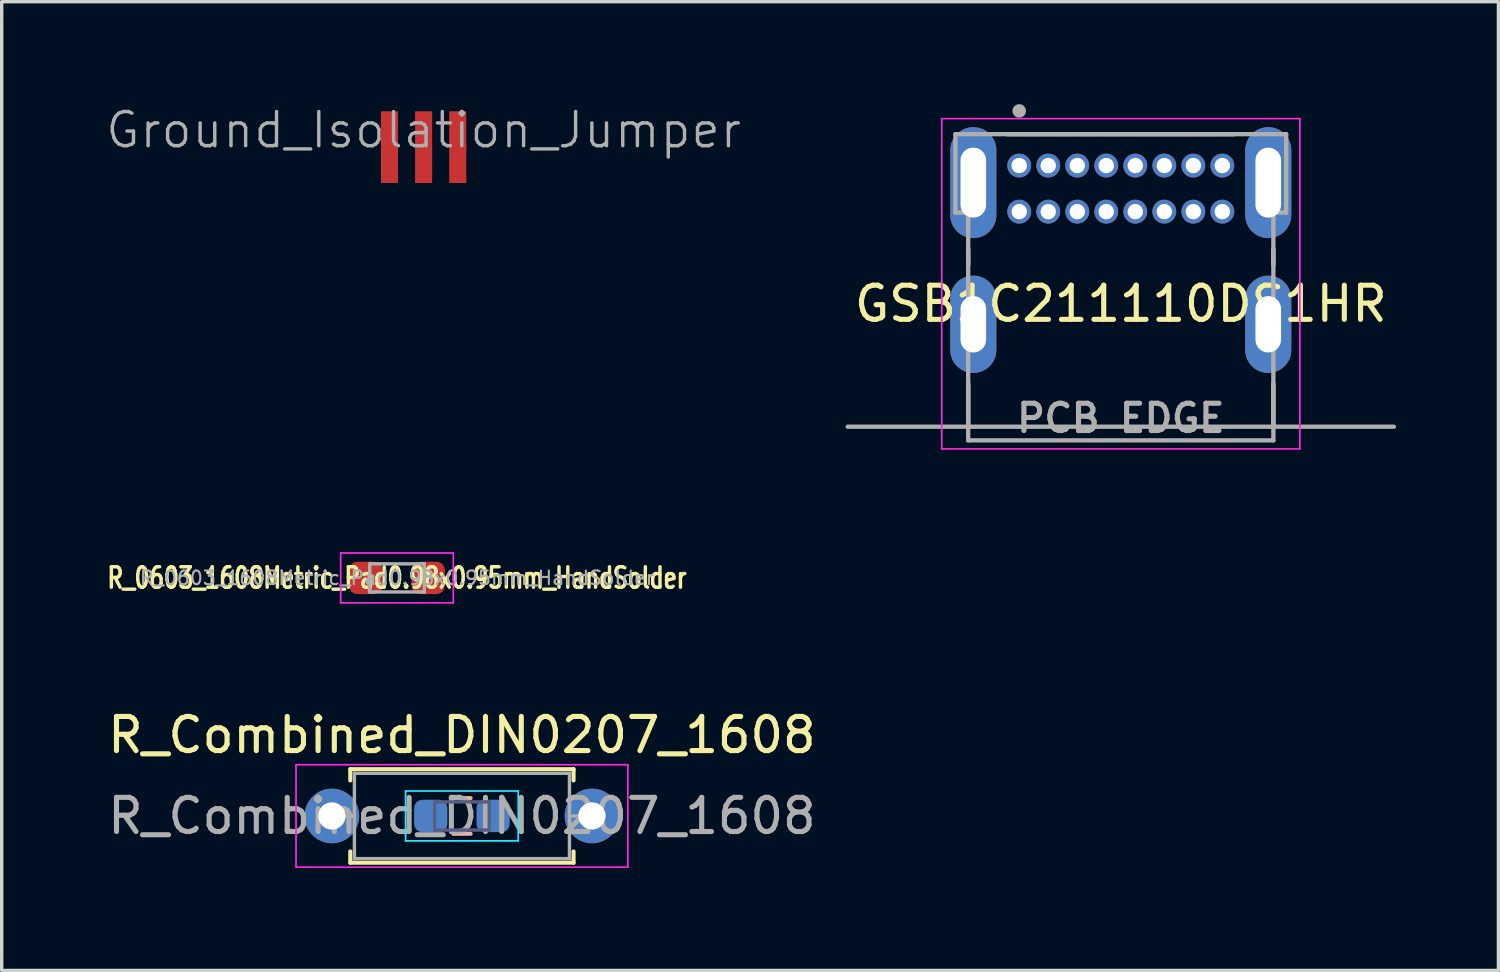
<source format=kicad_pcb>
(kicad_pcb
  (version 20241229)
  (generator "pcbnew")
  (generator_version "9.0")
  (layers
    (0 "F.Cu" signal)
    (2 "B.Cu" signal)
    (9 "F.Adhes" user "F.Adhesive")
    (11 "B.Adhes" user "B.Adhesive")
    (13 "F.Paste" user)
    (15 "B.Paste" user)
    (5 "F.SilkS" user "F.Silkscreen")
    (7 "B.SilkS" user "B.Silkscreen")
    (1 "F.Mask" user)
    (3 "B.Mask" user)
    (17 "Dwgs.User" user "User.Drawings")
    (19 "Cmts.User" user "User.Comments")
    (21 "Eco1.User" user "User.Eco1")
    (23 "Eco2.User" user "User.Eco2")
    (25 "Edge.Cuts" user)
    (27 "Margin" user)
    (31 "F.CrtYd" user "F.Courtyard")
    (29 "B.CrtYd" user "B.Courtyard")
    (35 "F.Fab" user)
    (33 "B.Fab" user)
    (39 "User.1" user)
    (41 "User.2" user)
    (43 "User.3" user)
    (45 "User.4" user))
  (footprint "Ground_Isolation_Jumper"
    (layer "F.Cu")
    (at 9.36 1.26)
    (property "Reference" "Ground_Isolation_Jumper" (at 0 -0.5 0) (unlocked yes) (layer "F.Fab") (effects (font (size 1 1) (thickness 0.1))))
    (attr smd)
    (pad "1" smd rect (at -1 -0.5) (size 0.5 1.1) (layers "F.Cu"))
    (pad "1" smd rect (at 0 -0.5) (size 0.5 1.1) (layers "F.Cu"))
    (pad "1" smd rect (at 1 -0.5) (size 0.5 1.1) (layers "F.Cu"))
    (pad "2" smd rect (at -1 0.5) (size 0.5 1.1) (layers "F.Cu"))
    (pad "2" smd rect (at 0 0.5) (size 0.5 1.1) (layers "F.Cu"))
    (pad "2" smd rect (at 1 0.5) (size 0.5 1.1) (layers "F.Cu")))
  (footprint "R_Combined_DIN0207_1608"
    (layer "F.Cu")
    (at 6.672 20.853)
    (property "Reference" "R_Combined_DIN0207_1608" (at 3.81 -2.37 0) (layer "F.SilkS") (effects (font (size 1 1) (thickness 0.15))))
    (attr through_hole)
    (fp_line (start 0.54 -1.37) (end 7.08 -1.37) (stroke (width 0.12) (type solid)) (layer "F.SilkS"))
    (fp_line (start 0.54 -1.04) (end 0.54 -1.37) (stroke (width 0.12) (type solid)) (layer "F.SilkS"))
    (fp_line (start 0.54 1.04) (end 0.54 1.37) (stroke (width 0.12) (type solid)) (layer "F.SilkS"))
    (fp_line (start 0.54 1.37) (end 7.08 1.37) (stroke (width 0.12) (type solid)) (layer "F.SilkS"))
    (fp_line (start 7.08 -1.37) (end 7.08 -1.04) (stroke (width 0.12) (type solid)) (layer "F.SilkS"))
    (fp_line (start 7.08 1.37) (end 7.08 1.04) (stroke (width 0.12) (type solid)) (layer "F.SilkS"))
    (fp_line (start 3.555 -0.522) (end 4.065 -0.522) (stroke (width 0.12) (type solid)) (layer "B.SilkS"))
    (fp_line (start 3.555 0.522) (end 4.065 0.522) (stroke (width 0.12) (type solid)) (layer "B.SilkS"))
    (fp_line (start 2.16 -0.73) (end 2.16 0.73) (stroke (width 0.05) (type solid)) (layer "B.CrtYd"))
    (fp_line (start 2.16 0.73) (end 5.46 0.73) (stroke (width 0.05) (type solid)) (layer "B.CrtYd"))
    (fp_line (start 5.46 -0.73) (end 2.16 -0.73) (stroke (width 0.05) (type solid)) (layer "B.CrtYd"))
    (fp_line (start 5.46 0.73) (end 5.46 -0.73) (stroke (width 0.05) (type solid)) (layer "B.CrtYd"))
    (fp_line (start -1.05 -1.5) (end -1.05 1.5) (stroke (width 0.05) (type solid)) (layer "F.CrtYd"))
    (fp_line (start -1.05 1.5) (end 8.67 1.5) (stroke (width 0.05) (type solid)) (layer "F.CrtYd"))
    (fp_line (start 8.67 -1.5) (end -1.05 -1.5) (stroke (width 0.05) (type solid)) (layer "F.CrtYd"))
    (fp_line (start 8.67 1.5) (end 8.67 -1.5) (stroke (width 0.05) (type solid)) (layer "F.CrtYd"))
    (fp_line (start 3.01 -0.412) (end 3.01 0.412) (stroke (width 0.1) (type solid)) (layer "B.Fab"))
    (fp_line (start 3.01 0.412) (end 4.61 0.412) (stroke (width 0.1) (type solid)) (layer "B.Fab"))
    (fp_line (start 4.61 -0.412) (end 3.01 -0.412) (stroke (width 0.1) (type solid)) (layer "B.Fab"))
    (fp_line (start 4.61 0.412) (end 4.61 -0.412) (stroke (width 0.1) (type solid)) (layer "B.Fab"))
    (fp_line (start 0 0) (end 0.66 0) (stroke (width 0.1) (type solid)) (layer "F.Fab"))
    (fp_line (start 0.66 -1.25) (end 0.66 1.25) (stroke (width 0.1) (type solid)) (layer "F.Fab"))
    (fp_line (start 0.66 1.25) (end 6.96 1.25) (stroke (width 0.1) (type solid)) (layer "F.Fab"))
    (fp_line (start 6.96 -1.25) (end 0.66 -1.25) (stroke (width 0.1) (type solid)) (layer "F.Fab"))
    (fp_line (start 6.96 1.25) (end 6.96 -1.25) (stroke (width 0.1) (type solid)) (layer "F.Fab"))
    (fp_line (start 7.62 0) (end 6.96 0) (stroke (width 0.1) (type solid)) (layer "F.Fab"))
    (fp_text user "${REFERENCE}" (at 3.81 0 0) (layer "F.Fab") (effects (font (size 1 1) (thickness 0.15))))
    (pad "1" thru_hole circle (at 0 0) (size 1.6 1.6) (drill 0.8) (layers "*.Cu" "*.Mask"))
    (pad "1" smd roundrect (at 2.897 0) (size 0.975 0.95) (layers "B.Cu" "B.Mask" "B.Paste") (roundrect_rratio 0.25))
    (pad "2" smd roundrect (at 4.723 0) (size 0.975 0.95) (layers "B.Cu" "B.Mask" "B.Paste") (roundrect_rratio 0.25))
    (pad "2" thru_hole oval (at 7.62 0) (size 1.6 1.6) (drill 0.8) (layers "*.Cu" "*.Mask")))
  (footprint "GSB1C211110DS1HR"
    (layer "F.Cu")
    (at 29.783 5.85)
    (property "Reference" "GSB1C211110DS1HR" (at 0 0 0) (layer "F.SilkS") (effects (font (size 1 1) (thickness 0.15))))
    (attr through_hole)
    (fp_circle (center -2.975 -4.05) (end -2.775 -4.05) (stroke (width 0.4) (type solid)) (fill no) (layer "F.Mask"))
    (fp_circle (center -2.975 -2.7) (end -2.775 -2.7) (stroke (width 0.4) (type solid)) (fill no) (layer "F.Mask"))
    (fp_circle (center -2.125 -4.05) (end -1.925 -4.05) (stroke (width 0.4) (type solid)) (fill no) (layer "F.Mask"))
    (fp_circle (center -2.125 -2.7) (end -1.925 -2.7) (stroke (width 0.4) (type solid)) (fill no) (layer "F.Mask"))
    (fp_circle (center -1.275 -4.05) (end -1.075 -4.05) (stroke (width 0.4) (type solid)) (fill no) (layer "F.Mask"))
    (fp_circle (center -1.275 -2.7) (end -1.075 -2.7) (stroke (width 0.4) (type solid)) (fill no) (layer "F.Mask"))
    (fp_circle (center -0.425 -4.05) (end -0.225 -4.05) (stroke (width 0.4) (type solid)) (fill no) (layer "F.Mask"))
    (fp_circle (center -0.425 -2.7) (end -0.225 -2.7) (stroke (width 0.4) (type solid)) (fill no) (layer "F.Mask"))
    (fp_circle (center 0.425 -4.05) (end 0.625 -4.05) (stroke (width 0.4) (type solid)) (fill no) (layer "F.Mask"))
    (fp_circle (center 0.425 -2.7) (end 0.625 -2.7) (stroke (width 0.4) (type solid)) (fill no) (layer "F.Mask"))
    (fp_circle (center 1.275 -4.05) (end 1.475 -4.05) (stroke (width 0.4) (type solid)) (fill no) (layer "F.Mask"))
    (fp_circle (center 1.275 -2.7) (end 1.475 -2.7) (stroke (width 0.4) (type solid)) (fill no) (layer "F.Mask"))
    (fp_circle (center 2.125 -4.05) (end 2.325 -4.05) (stroke (width 0.4) (type solid)) (fill no) (layer "F.Mask"))
    (fp_circle (center 2.125 -2.7) (end 2.325 -2.7) (stroke (width 0.4) (type solid)) (fill no) (layer "F.Mask"))
    (fp_circle (center 2.975 -4.05) (end 3.175 -4.05) (stroke (width 0.4) (type solid)) (fill no) (layer "F.Mask"))
    (fp_circle (center 2.975 -2.7) (end 3.175 -2.7) (stroke (width 0.4) (type solid)) (fill no) (layer "F.Mask"))
    (fp_circle (center -2.975 -4.05) (end -2.775 -4.05) (stroke (width 0.4) (type solid)) (fill no) (layer "B.Mask"))
    (fp_circle (center -2.975 -2.7) (end -2.775 -2.7) (stroke (width 0.4) (type solid)) (fill no) (layer "B.Mask"))
    (fp_circle (center -2.125 -4.05) (end -1.925 -4.05) (stroke (width 0.4) (type solid)) (fill no) (layer "B.Mask"))
    (fp_circle (center -2.125 -2.7) (end -1.925 -2.7) (stroke (width 0.4) (type solid)) (fill no) (layer "B.Mask"))
    (fp_circle (center -1.275 -4.05) (end -1.075 -4.05) (stroke (width 0.4) (type solid)) (fill no) (layer "B.Mask"))
    (fp_circle (center -1.275 -2.7) (end -1.075 -2.7) (stroke (width 0.4) (type solid)) (fill no) (layer "B.Mask"))
    (fp_circle (center -0.425 -4.05) (end -0.225 -4.05) (stroke (width 0.4) (type solid)) (fill no) (layer "B.Mask"))
    (fp_circle (center -0.425 -2.7) (end -0.225 -2.7) (stroke (width 0.4) (type solid)) (fill no) (layer "B.Mask"))
    (fp_circle (center 0.425 -4.05) (end 0.625 -4.05) (stroke (width 0.4) (type solid)) (fill no) (layer "B.Mask"))
    (fp_circle (center 0.425 -2.7) (end 0.625 -2.7) (stroke (width 0.4) (type solid)) (fill no) (layer "B.Mask"))
    (fp_circle (center 1.275 -4.05) (end 1.475 -4.05) (stroke (width 0.4) (type solid)) (fill no) (layer "B.Mask"))
    (fp_circle (center 1.275 -2.7) (end 1.475 -2.7) (stroke (width 0.4) (type solid)) (fill no) (layer "B.Mask"))
    (fp_circle (center 2.125 -4.05) (end 2.325 -4.05) (stroke (width 0.4) (type solid)) (fill no) (layer "B.Mask"))
    (fp_circle (center 2.125 -2.7) (end 2.325 -2.7) (stroke (width 0.4) (type solid)) (fill no) (layer "B.Mask"))
    (fp_circle (center 2.975 -4.05) (end 3.175 -4.05) (stroke (width 0.4) (type solid)) (fill no) (layer "B.Mask"))
    (fp_circle (center 2.975 -2.7) (end 3.175 -2.7) (stroke (width 0.4) (type solid)) (fill no) (layer "B.Mask"))
    (fp_line (start -4.47 -1.145) (end -4.47 -1.605) (stroke (width 0.127) (type solid)) (layer "F.SilkS"))
    (fp_line (start -4.47 3.6) (end -4.47 2.345) (stroke (width 0.127) (type solid)) (layer "F.SilkS"))
    (fp_line (start -3.325 -4.97) (end 3.325 -4.97) (stroke (width 0.127) (type solid)) (layer "F.SilkS"))
    (fp_line (start 4.47 -1.145) (end 4.47 -1.605) (stroke (width 0.127) (type solid)) (layer "F.SilkS"))
    (fp_line (start 4.47 3.6) (end 4.47 2.345) (stroke (width 0.127) (type solid)) (layer "F.SilkS"))
    (fp_line (start -5.245 -5.425) (end 5.245 -5.425) (stroke (width 0.05) (type solid)) (layer "F.CrtYd"))
    (fp_line (start -5.245 4.25) (end -5.245 -5.425) (stroke (width 0.05) (type solid)) (layer "F.CrtYd"))
    (fp_line (start 5.245 -5.425) (end 5.245 4.25) (stroke (width 0.05) (type solid)) (layer "F.CrtYd"))
    (fp_line (start 5.245 4.25) (end -5.245 4.25) (stroke (width 0.05) (type solid)) (layer "F.CrtYd"))
    (fp_line (start -8 3.6) (end 8 3.6) (stroke (width 0.127) (type solid)) (layer "F.Fab"))
    (fp_line (start -4.845 -4.97) (end -4.845 -2.673) (stroke (width 0.127) (type solid)) (layer "F.Fab"))
    (fp_line (start -4.845 -4.97) (end 4.845 -4.97) (stroke (width 0.127) (type solid)) (layer "F.Fab"))
    (fp_line (start -4.845 -2.673) (end -4.47 -2.673) (stroke (width 0.127) (type solid)) (layer "F.Fab"))
    (fp_line (start -4.47 3.6) (end -4.47 -2.673) (stroke (width 0.127) (type solid)) (layer "F.Fab"))
    (fp_line (start -4.47 4) (end -4.47 3.6) (stroke (width 0.127) (type solid)) (layer "F.Fab"))
    (fp_line (start -4.47 4) (end 4.47 4) (stroke (width 0.127) (type solid)) (layer "F.Fab"))
    (fp_line (start 4.47 4) (end 4.47 -2.673) (stroke (width 0.127) (type solid)) (layer "F.Fab"))
    (fp_line (start 4.845 -4.97) (end 4.845 -2.673) (stroke (width 0.127) (type solid)) (layer "F.Fab"))
    (fp_line (start 4.845 -2.673) (end 4.47 -2.673) (stroke (width 0.127) (type solid)) (layer "F.Fab"))
    (fp_circle (center -2.975 -5.65) (end -2.875 -5.65) (stroke (width 0.2) (type solid)) (fill no) (layer "F.Fab"))
    (fp_text user "PCB EDGE" (at 0 3.35 0) (layer "F.Fab") (effects (font (size 0.8 0.8) (thickness 0.15))))
    (pad "A1" thru_hole circle (at -2.975 -4.05) (size 0.7 0.7) (drill 0.45) (layers "*.Cu"))
    (pad "A4" thru_hole circle (at -2.125 -4.05) (size 0.7 0.7) (drill 0.45) (layers "*.Cu"))
    (pad "A5" thru_hole circle (at -1.275 -4.05) (size 0.7 0.7) (drill 0.45) (layers "*.Cu"))
    (pad "A6" thru_hole circle (at -0.425 -4.05) (size 0.7 0.7) (drill 0.45) (layers "*.Cu"))
    (pad "A7" thru_hole circle (at 0.425 -4.05) (size 0.7 0.7) (drill 0.45) (layers "*.Cu"))
    (pad "A8" thru_hole circle (at 1.275 -4.05) (size 0.7 0.7) (drill 0.45) (layers "*.Cu"))
    (pad "A9" thru_hole circle (at 2.125 -4.05) (size 0.7 0.7) (drill 0.45) (layers "*.Cu"))
    (pad "A12" thru_hole circle (at 2.975 -4.05) (size 0.7 0.7) (drill 0.45) (layers "*.Cu"))
    (pad "B1" thru_hole circle (at 2.975 -2.7) (size 0.7 0.7) (drill 0.45) (layers "*.Cu"))
    (pad "B4" thru_hole circle (at 2.125 -2.7) (size 0.7 0.7) (drill 0.45) (layers "*.Cu"))
    (pad "B5" thru_hole circle (at 1.275 -2.7) (size 0.7 0.7) (drill 0.45) (layers "*.Cu"))
    (pad "B6" thru_hole circle (at 0.425 -2.7) (size 0.7 0.7) (drill 0.45) (layers "*.Cu"))
    (pad "B7" thru_hole circle (at -0.425 -2.7) (size 0.7 0.7) (drill 0.45) (layers "*.Cu"))
    (pad "B8" thru_hole circle (at -1.275 -2.7) (size 0.7 0.7) (drill 0.45) (layers "*.Cu"))
    (pad "B9" thru_hole circle (at -2.125 -2.7) (size 0.7 0.7) (drill 0.45) (layers "*.Cu"))
    (pad "B12" thru_hole circle (at -2.975 -2.7) (size 0.7 0.7) (drill 0.45) (layers "*.Cu"))
    (pad "S1" thru_hole oval (at -4.32 -3.55) (size 1.35 3.25) (drill oval 0.75 2.05) (layers "*.Cu" "*.Mask"))
    (pad "S1" thru_hole oval (at -4.32 0.6) (size 1.35 2.85) (drill oval 0.75 1.65) (layers "*.Cu" "*.Mask"))
    (pad "S1" thru_hole oval (at 4.32 -3.55) (size 1.35 3.25) (drill oval 0.75 2.05) (layers "*.Cu" "*.Mask"))
    (pad "S1" thru_hole oval (at 4.32 0.6) (size 1.35 2.85) (drill oval 0.75 1.65) (layers "*.Cu" "*.Mask")))
  (footprint "R_0603_1608Metric_Pad0.98x0.95mm_HandSolder"
    (layer "F.Cu")
    (at 8.58 13.88)
    (property "Reference" "R_0603_1608Metric_Pad0.98x0.95mm_HandSolder" (at 0 0 0) (layer "F.SilkS") (effects (font (size 0.6 0.45) (thickness 0.1) (bold yes))))
    (attr smd)
    (fp_line (start -1.65 -0.73) (end 1.65 -0.73) (stroke (width 0.05) (type solid)) (layer "F.CrtYd"))
    (fp_line (start -1.65 0.73) (end -1.65 -0.73) (stroke (width 0.05) (type solid)) (layer "F.CrtYd"))
    (fp_line (start 1.65 -0.73) (end 1.65 0.73) (stroke (width 0.05) (type solid)) (layer "F.CrtYd"))
    (fp_line (start 1.65 0.73) (end -1.65 0.73) (stroke (width 0.05) (type solid)) (layer "F.CrtYd"))
    (fp_line (start -0.8 -0.412) (end 0.8 -0.412) (stroke (width 0.1) (type solid)) (layer "F.Fab"))
    (fp_line (start -0.8 0.412) (end -0.8 -0.412) (stroke (width 0.1) (type solid)) (layer "F.Fab"))
    (fp_line (start 0.8 -0.412) (end 0.8 0.412) (stroke (width 0.1) (type solid)) (layer "F.Fab"))
    (fp_line (start 0.8 0.412) (end -0.8 0.412) (stroke (width 0.1) (type solid)) (layer "F.Fab"))
    (fp_text user "${REFERENCE}" (at 0 0 0) (layer "F.Fab") (effects (font (size 0.4 0.4) (thickness 0.06))))
    (pad "1" smd roundrect (at -0.912 0) (size 0.975 0.95) (layers "F.Cu" "F.Mask" "F.Paste") (roundrect_rratio 0.25))
    (pad "2" smd roundrect (at 0.912 0) (size 0.975 0.95) (layers "F.Cu" "F.Mask" "F.Paste") (roundrect_rratio 0.25)))
  (gr_rect
    (start -3 -3)
    (end 40.846 25.378)
    (stroke (width 0.1) (type default))
    (fill no)
    (layer "Edge.Cuts")))
</source>
